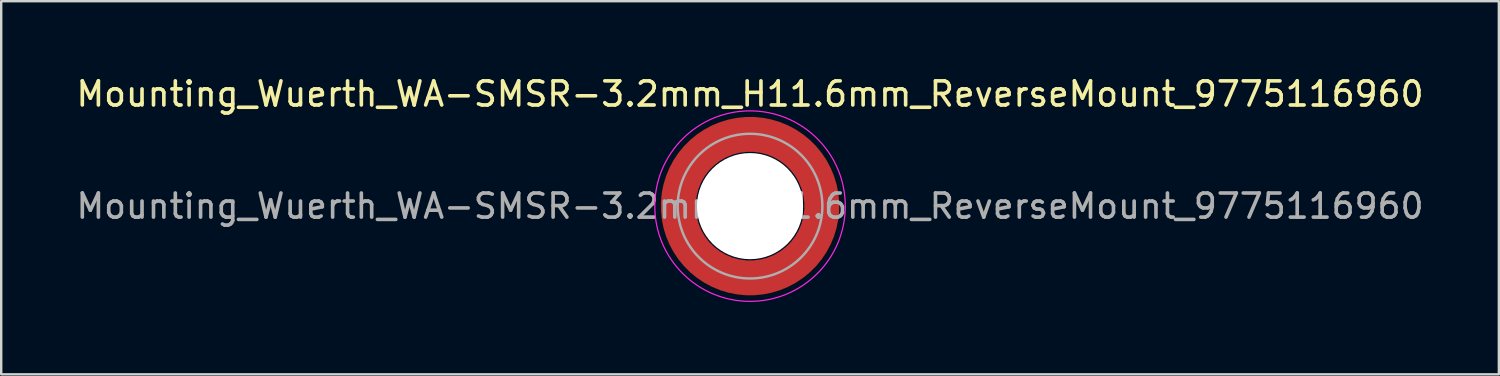
<source format=kicad_pcb>
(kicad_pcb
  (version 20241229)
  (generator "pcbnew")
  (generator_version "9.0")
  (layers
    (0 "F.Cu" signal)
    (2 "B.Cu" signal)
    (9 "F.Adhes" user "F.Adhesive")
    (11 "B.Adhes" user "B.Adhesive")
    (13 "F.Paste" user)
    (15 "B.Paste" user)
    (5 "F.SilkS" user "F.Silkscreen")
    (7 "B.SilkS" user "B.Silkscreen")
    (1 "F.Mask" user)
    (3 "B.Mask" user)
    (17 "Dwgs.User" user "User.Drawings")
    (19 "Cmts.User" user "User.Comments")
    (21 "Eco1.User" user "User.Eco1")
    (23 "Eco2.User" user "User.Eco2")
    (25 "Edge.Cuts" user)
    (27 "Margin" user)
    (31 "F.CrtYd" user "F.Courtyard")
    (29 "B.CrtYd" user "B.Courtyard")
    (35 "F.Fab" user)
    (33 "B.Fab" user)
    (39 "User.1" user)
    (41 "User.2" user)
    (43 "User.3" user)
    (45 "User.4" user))
  (footprint "Mounting_Wuerth_WA-SMSR-3.2mm_H11.6mm_ReverseMount_9775116960"
    (layer "F.Cu")
    (at 28.054 5.498)
    (property "Reference" "Mounting_Wuerth_WA-SMSR-3.2mm_H11.6mm_ReverseMount_9775116960" (at 0 -4.65 0) (layer "F.SilkS") (effects (font (size 1 1) (thickness 0.15))))
    (attr smd allow_soldermask_bridges)
    (fp_circle (center 0 0) (end 3.95 0) (stroke (width 0.05) (type solid)) (fill no) (layer "F.CrtYd"))
    (fp_circle (center 0 0) (end 3 0) (stroke (width 0.1) (type solid)) (fill no) (layer "F.Fab"))
    (fp_text user "${REFERENCE}" (at 0 0 0) (layer "F.Fab") (effects (font (size 1 1) (thickness 0.15))))
    (pad "" smd custom (at -2.095 -2.095) (size 0.672 0.672) (layers "F.Paste") (options (anchor circle)) (primitives (gr_arc (start -0.24231 1.594804) (mid 0.404819 0.404819) (end 1.594804 -0.24231) (width 0.2)) (gr_arc (start -0.3398 1.594804) (mid 0.337349 0.337349) (end 1.594804 -0.3398) (width 0.2)) (gr_arc (start -0.437132 1.594804) (mid 0.269879 0.269879) (end 1.594804 -0.437132) (width 0.2)) (gr_arc (start -0.534324 1.594804) (mid 0.202409 0.202409) (end 1.594804 -0.534324) (width 0.2)) (gr_arc (start -0.631391 1.594804) (mid 0.13494 0.13494) (end 1.594804 -0.631391) (width 0.2)) (gr_arc (start -0.728345 1.594804) (mid 0.06747 0.06747) (end 1.594804 -0.728345) (width 0.2)) (gr_arc (start -0.825197 1.594804) (mid 0 0) (end 1.594804 -0.825197) (width 0.2)) (gr_arc (start -0.921958 1.594804) (mid -0.06747 -0.06747) (end 1.594804 -0.921958) (width 0.2)) (gr_arc (start -1.018637 1.594804) (mid -0.13494 -0.13494) (end 1.594804 -1.018637) (width 0.2)) (gr_arc (start -1.115239 1.594804) (mid -0.202409 -0.202409) (end 1.594804 -1.115239) (width 0.2)) (gr_arc (start -1.211773 1.594804) (mid -0.269879 -0.269879) (end 1.594804 -1.211773) (width 0.2)) (gr_arc (start -1.308244 1.594804) (mid -0.337349 -0.337349) (end 1.594804 -1.308244) (width 0.2)) (gr_arc (start -1.404657 1.594804) (mid -0.404819 -0.404819) (end 1.594804 -1.404657) (width 0.2)) (gr_arc (start -1.404657 1.594804) (mid -0.404819 -0.404819) (end 1.594804 -1.404657) (width 0.2)) (gr_line (start 1.595 -0.242) (end 1.595 -1.405) (width 0.2)) (gr_line (start -0.242 1.595) (end -1.405 1.595) (width 0.2))))
    (pad "" smd custom (at -2.095 2.095) (size 0.672 0.672) (layers "F.Paste") (options (anchor circle)) (primitives (gr_arc (start 1.594804 0.24231) (mid 0.404819 -0.404819) (end -0.24231 -1.594804) (width 0.2)) (gr_arc (start 1.594804 0.3398) (mid 0.337349 -0.337349) (end -0.3398 -1.594804) (width 0.2)) (gr_arc (start 1.594804 0.437132) (mid 0.269879 -0.269879) (end -0.437132 -1.594804) (width 0.2)) (gr_arc (start 1.594804 0.534324) (mid 0.202409 -0.202409) (end -0.534324 -1.594804) (width 0.2)) (gr_arc (start 1.594804 0.631391) (mid 0.13494 -0.13494) (end -0.631391 -1.594804) (width 0.2)) (gr_arc (start 1.594804 0.728345) (mid 0.06747 -0.06747) (end -0.728345 -1.594804) (width 0.2)) (gr_arc (start 1.594804 0.825197) (mid 0 0) (end -0.825197 -1.594804) (width 0.2)) (gr_arc (start 1.594804 0.921958) (mid -0.06747 0.06747) (end -0.921958 -1.594804) (width 0.2)) (gr_arc (start 1.594804 1.018637) (mid -0.13494 0.13494) (end -1.018637 -1.594804) (width 0.2)) (gr_arc (start 1.594804 1.115239) (mid -0.202409 0.202409) (end -1.115239 -1.594804) (width 0.2)) (gr_arc (start 1.594804 1.211773) (mid -0.269879 0.269879) (end -1.211773 -1.594804) (width 0.2)) (gr_arc (start 1.594804 1.308244) (mid -0.337349 0.337349) (end -1.308244 -1.594804) (width 0.2)) (gr_arc (start 1.594804 1.404657) (mid -0.404819 0.404819) (end -1.404657 -1.594804) (width 0.2)) (gr_arc (start 1.594804 1.404657) (mid -0.404819 0.404819) (end -1.404657 -1.594804) (width 0.2)) (gr_line (start -0.242 -1.595) (end -1.405 -1.595) (width 0.2)) (gr_line (start 1.595 0.242) (end 1.595 1.405) (width 0.2))))
    (pad "" np_thru_hole circle (at 0 0) (size 4.4 4.4) (drill 4.4) (layers "*.Cu" "*.Mask"))
    (pad "" smd custom (at 2.095 -2.095) (size 0.672 0.672) (layers "F.Paste") (options (anchor circle)) (primitives (gr_arc (start -1.594804 -0.24231) (mid -0.404819 0.404819) (end 0.24231 1.594804) (width 0.2)) (gr_arc (start -1.594804 -0.3398) (mid -0.337349 0.337349) (end 0.3398 1.594804) (width 0.2)) (gr_arc (start -1.594804 -0.437132) (mid -0.269879 0.269879) (end 0.437132 1.594804) (width 0.2)) (gr_arc (start -1.594804 -0.534324) (mid -0.202409 0.202409) (end 0.534324 1.594804) (width 0.2)) (gr_arc (start -1.594804 -0.631391) (mid -0.13494 0.13494) (end 0.631391 1.594804) (width 0.2)) (gr_arc (start -1.594804 -0.728345) (mid -0.06747 0.06747) (end 0.728345 1.594804) (width 0.2)) (gr_arc (start -1.594804 -0.825197) (mid 0 0) (end 0.825197 1.594804) (width 0.2)) (gr_arc (start -1.594804 -0.921958) (mid 0.06747 -0.06747) (end 0.921958 1.594804) (width 0.2)) (gr_arc (start -1.594804 -1.018637) (mid 0.13494 -0.13494) (end 1.018637 1.594804) (width 0.2)) (gr_arc (start -1.594804 -1.115239) (mid 0.202409 -0.202409) (end 1.115239 1.594804) (width 0.2)) (gr_arc (start -1.594804 -1.211773) (mid 0.269879 -0.269879) (end 1.211773 1.594804) (width 0.2)) (gr_arc (start -1.594804 -1.308244) (mid 0.337349 -0.337349) (end 1.308244 1.594804) (width 0.2)) (gr_arc (start -1.594804 -1.404657) (mid 0.404819 -0.404819) (end 1.404657 1.594804) (width 0.2)) (gr_arc (start -1.594804 -1.404657) (mid 0.404819 -0.404819) (end 1.404657 1.594804) (width 0.2)) (gr_line (start 0.242 1.595) (end 1.405 1.595) (width 0.2)) (gr_line (start -1.595 -0.242) (end -1.595 -1.405) (width 0.2))))
    (pad "" smd custom (at 2.095 2.095) (size 0.672 0.672) (layers "F.Paste") (options (anchor circle)) (primitives (gr_arc (start 0.24231 -1.594804) (mid -0.404819 -0.404819) (end -1.594804 0.24231) (width 0.2)) (gr_arc (start 0.3398 -1.594804) (mid -0.337349 -0.337349) (end -1.594804 0.3398) (width 0.2)) (gr_arc (start 0.437132 -1.594804) (mid -0.269879 -0.269879) (end -1.594804 0.437132) (width 0.2)) (gr_arc (start 0.534324 -1.594804) (mid -0.202409 -0.202409) (end -1.594804 0.534324) (width 0.2)) (gr_arc (start 0.631391 -1.594804) (mid -0.13494 -0.13494) (end -1.594804 0.631391) (width 0.2)) (gr_arc (start 0.728345 -1.594804) (mid -0.06747 -0.06747) (end -1.594804 0.728345) (width 0.2)) (gr_arc (start 0.825197 -1.594804) (mid 0 0) (end -1.594804 0.825197) (width 0.2)) (gr_arc (start 0.921958 -1.594804) (mid 0.06747 0.06747) (end -1.594804 0.921958) (width 0.2)) (gr_arc (start 1.018637 -1.594804) (mid 0.13494 0.13494) (end -1.594804 1.018637) (width 0.2)) (gr_arc (start 1.115239 -1.594804) (mid 0.202409 0.202409) (end -1.594804 1.115239) (width 0.2)) (gr_arc (start 1.211773 -1.594804) (mid 0.269879 0.269879) (end -1.594804 1.211773) (width 0.2)) (gr_arc (start 1.308244 -1.594804) (mid 0.337349 0.337349) (end -1.594804 1.308244) (width 0.2)) (gr_arc (start 1.404657 -1.594804) (mid 0.404819 0.404819) (end -1.594804 1.404657) (width 0.2)) (gr_arc (start 1.404657 -1.594804) (mid 0.404819 0.404819) (end -1.594804 1.404657) (width 0.2)) (gr_line (start -1.595 0.242) (end -1.595 1.405) (width 0.2)) (gr_line (start 0.242 -1.595) (end 1.405 -1.595) (width 0.2))))
    (pad "1" smd circle (at -2.975 0) (size 0.942 0.942) (layers "F.Cu"))
    (pad "1" smd circle (at 0 -2.975) (size 0.942 0.942) (layers "F.Cu"))
    (pad "1" smd circle (at 0 2.975) (size 0.942 0.942) (layers "F.Cu"))
    (pad "1" smd custom (at 2.975 0) (size 1.45 1.45) (layers "F.Cu" "F.Mask") (options (anchor circle)) (primitives (gr_circle (center -2.975 0) (end 0 0) (width 1.45) (fill no)))))
  (gr_rect
    (start -3 -3)
    (end 59.107 12.473)
    (stroke (width 0.1) (type default))
    (fill no)
    (layer "Edge.Cuts")))
</source>
